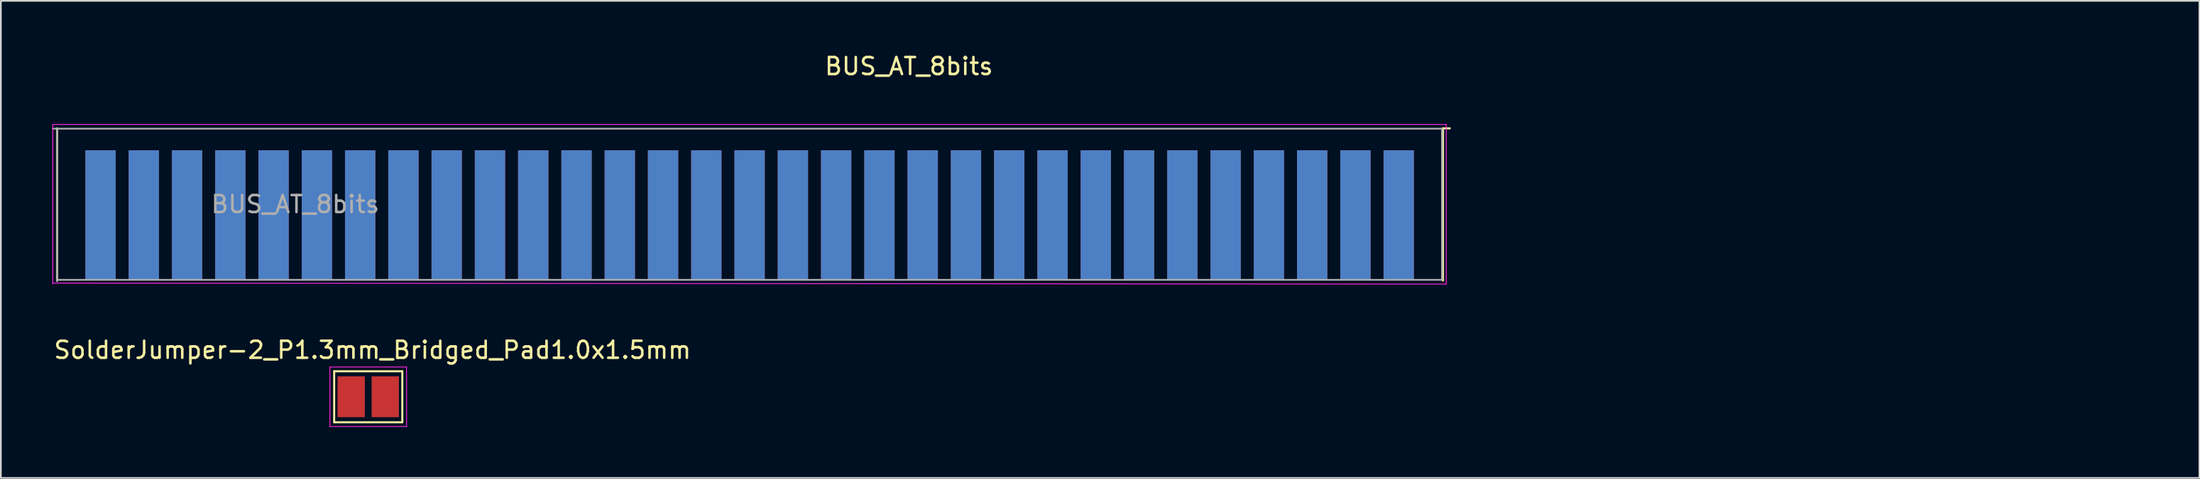
<source format=kicad_pcb>
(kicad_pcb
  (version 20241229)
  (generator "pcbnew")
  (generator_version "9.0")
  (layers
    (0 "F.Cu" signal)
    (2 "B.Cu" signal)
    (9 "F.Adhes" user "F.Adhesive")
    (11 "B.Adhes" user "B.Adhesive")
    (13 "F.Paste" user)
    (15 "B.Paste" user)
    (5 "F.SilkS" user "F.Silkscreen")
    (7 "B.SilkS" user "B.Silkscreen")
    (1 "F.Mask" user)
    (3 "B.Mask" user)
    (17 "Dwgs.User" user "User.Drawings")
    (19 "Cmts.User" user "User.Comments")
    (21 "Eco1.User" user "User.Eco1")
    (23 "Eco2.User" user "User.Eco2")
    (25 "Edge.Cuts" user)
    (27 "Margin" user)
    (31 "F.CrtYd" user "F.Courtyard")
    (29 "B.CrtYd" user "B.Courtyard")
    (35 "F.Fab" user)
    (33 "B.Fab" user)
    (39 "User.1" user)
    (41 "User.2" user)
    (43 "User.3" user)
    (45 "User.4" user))
  (footprint "BUS_AT_8bits"
    (layer "F.Cu")
    (at 122.8 7.598)
    (property "Reference" "BUS_AT_8bits" (at -72.5 -6.75 0) (layer "F.SilkS") (effects (font (size 1 1) (thickness 0.15))))
    (attr exclude_from_pos_files exclude_from_bom)
    (fp_line (start -122.5 5.85) (end -122.5 -3.1) (stroke (width 0.12) (type solid)) (layer "F.SilkS"))
    (fp_line (start -41.15 -3.1) (end -40.75 -3.1) (stroke (width 0.12) (type solid)) (layer "F.SilkS"))
    (fp_line (start -41.15 5.85) (end -41.15 -3.1) (stroke (width 0.12) (type solid)) (layer "F.SilkS"))
    (fp_line (start -122.75 -3.33) (end -122.75 6.06) (stroke (width 0.05) (type solid)) (layer "F.CrtYd"))
    (fp_line (start -122.75 -3.33) (end -40.96 -3.33) (stroke (width 0.05) (type solid)) (layer "F.CrtYd"))
    (fp_line (start -40.96 6.06) (end -122.75 6) (stroke (width 0.05) (type solid)) (layer "F.CrtYd"))
    (fp_line (start -40.96 6.06) (end -40.96 -3.33) (stroke (width 0.05) (type solid)) (layer "F.CrtYd"))
    (fp_line (start -122.75 -3.08) (end -41.21 -3.08) (stroke (width 0.1) (type solid)) (layer "F.Fab"))
    (fp_line (start -122.5 5.89) (end -122.5 -3) (stroke (width 0.1) (type solid)) (layer "F.Fab"))
    (fp_line (start -41.21 -3.08) (end -41.21 5.81) (stroke (width 0.1) (type solid)) (layer "F.Fab"))
    (fp_line (start -41.21 5.81) (end -122.49 5.81) (stroke (width 0.1) (type solid)) (layer "F.Fab"))
    (fp_text user "${REFERENCE}" (at -108.52 1.365 0) (layer "F.Fab") (effects (font (size 1 1) (thickness 0.15))))
    (pad "1" connect rect (at -43.75 2) (size 1.78 7.62) (layers "B.Cu" "B.Mask"))
    (pad "2" connect rect (at -46.29 2) (size 1.78 7.62) (layers "B.Cu" "B.Mask"))
    (pad "3" connect rect (at -48.83 2) (size 1.78 7.62) (layers "B.Cu" "B.Mask"))
    (pad "4" connect rect (at -51.37 2) (size 1.78 7.62) (layers "B.Cu" "B.Mask"))
    (pad "5" connect rect (at -53.91 2) (size 1.78 7.62) (layers "B.Cu" "B.Mask"))
    (pad "6" connect rect (at -56.45 2) (size 1.78 7.62) (layers "B.Cu" "B.Mask"))
    (pad "7" connect rect (at -58.99 2) (size 1.78 7.62) (layers "B.Cu" "B.Mask"))
    (pad "8" connect rect (at -61.53 2) (size 1.78 7.62) (layers "B.Cu" "B.Mask"))
    (pad "9" connect rect (at -64.07 2) (size 1.78 7.62) (layers "B.Cu" "B.Mask"))
    (pad "10" connect rect (at -66.61 2) (size 1.78 7.62) (layers "B.Cu" "B.Mask"))
    (pad "11" connect rect (at -69.15 2) (size 1.78 7.62) (layers "B.Cu" "B.Mask"))
    (pad "12" connect rect (at -71.69 2) (size 1.78 7.62) (layers "B.Cu" "B.Mask"))
    (pad "13" connect rect (at -74.23 2) (size 1.78 7.62) (layers "B.Cu" "B.Mask"))
    (pad "14" connect rect (at -76.77 2) (size 1.78 7.62) (layers "B.Cu" "B.Mask"))
    (pad "15" connect rect (at -79.31 2) (size 1.78 7.62) (layers "B.Cu" "B.Mask"))
    (pad "16" connect rect (at -81.85 2) (size 1.78 7.62) (layers "B.Cu" "B.Mask"))
    (pad "17" connect rect (at -84.39 2) (size 1.78 7.62) (layers "B.Cu" "B.Mask"))
    (pad "18" connect rect (at -86.93 2) (size 1.78 7.62) (layers "B.Cu" "B.Mask"))
    (pad "19" connect rect (at -89.47 2) (size 1.78 7.62) (layers "B.Cu" "B.Mask"))
    (pad "20" connect rect (at -92.01 2) (size 1.78 7.62) (layers "B.Cu" "B.Mask"))
    (pad "21" connect rect (at -94.55 2) (size 1.78 7.62) (layers "B.Cu" "B.Mask"))
    (pad "22" connect rect (at -97.09 2) (size 1.78 7.62) (layers "B.Cu" "B.Mask"))
    (pad "23" connect rect (at -99.63 2) (size 1.78 7.62) (layers "B.Cu" "B.Mask"))
    (pad "24" connect rect (at -102.17 2) (size 1.78 7.62) (layers "B.Cu" "B.Mask"))
    (pad "25" connect rect (at -104.71 2) (size 1.78 7.62) (layers "B.Cu" "B.Mask"))
    (pad "26" connect rect (at -107.25 2) (size 1.78 7.62) (layers "B.Cu" "B.Mask"))
    (pad "27" connect rect (at -109.79 2) (size 1.78 7.62) (layers "B.Cu" "B.Mask"))
    (pad "28" connect rect (at -112.33 2) (size 1.78 7.62) (layers "B.Cu" "B.Mask"))
    (pad "29" connect rect (at -114.87 2) (size 1.78 7.62) (layers "B.Cu" "B.Mask"))
    (pad "30" connect rect (at -117.41 2) (size 1.78 7.62) (layers "B.Cu" "B.Mask"))
    (pad "31" connect rect (at -119.95 2) (size 1.78 7.62) (layers "B.Cu" "B.Mask"))
    (pad "32" connect rect (at -43.75 2) (size 1.78 7.62) (layers "F.Cu" "F.Mask"))
    (pad "33" connect rect (at -46.29 2) (size 1.78 7.62) (layers "F.Cu" "F.Mask"))
    (pad "34" connect rect (at -48.83 2) (size 1.78 7.62) (layers "F.Cu" "F.Mask"))
    (pad "35" connect rect (at -51.37 2) (size 1.78 7.62) (layers "F.Cu" "F.Mask"))
    (pad "36" connect rect (at -53.91 2) (size 1.78 7.62) (layers "F.Cu" "F.Mask"))
    (pad "37" connect rect (at -56.45 2) (size 1.78 7.62) (layers "F.Cu" "F.Mask"))
    (pad "38" connect rect (at -58.99 2) (size 1.78 7.62) (layers "F.Cu" "F.Mask"))
    (pad "39" connect rect (at -61.53 2) (size 1.78 7.62) (layers "F.Cu" "F.Mask"))
    (pad "40" connect rect (at -64.07 2) (size 1.78 7.62) (layers "F.Cu" "F.Mask"))
    (pad "41" connect rect (at -66.61 2) (size 1.78 7.62) (layers "F.Cu" "F.Mask"))
    (pad "42" connect rect (at -69.15 2) (size 1.78 7.62) (layers "F.Cu" "F.Mask"))
    (pad "43" connect rect (at -71.69 2) (size 1.78 7.62) (layers "F.Cu" "F.Mask"))
    (pad "44" connect rect (at -74.23 2) (size 1.78 7.62) (layers "F.Cu" "F.Mask"))
    (pad "45" connect rect (at -76.77 2) (size 1.78 7.62) (layers "F.Cu" "F.Mask"))
    (pad "46" connect rect (at -79.31 2) (size 1.78 7.62) (layers "F.Cu" "F.Mask"))
    (pad "47" connect rect (at -81.85 2) (size 1.78 7.62) (layers "F.Cu" "F.Mask"))
    (pad "48" connect rect (at -84.39 2) (size 1.78 7.62) (layers "F.Cu" "F.Mask"))
    (pad "49" connect rect (at -86.93 2) (size 1.78 7.62) (layers "F.Cu" "F.Mask"))
    (pad "50" connect rect (at -89.47 2) (size 1.78 7.62) (layers "F.Cu" "F.Mask"))
    (pad "51" connect rect (at -92.01 2) (size 1.78 7.62) (layers "F.Cu" "F.Mask"))
    (pad "52" connect rect (at -94.55 2) (size 1.78 7.62) (layers "F.Cu" "F.Mask"))
    (pad "53" connect rect (at -97.09 2) (size 1.78 7.62) (layers "F.Cu" "F.Mask"))
    (pad "54" connect rect (at -99.63 2) (size 1.78 7.62) (layers "F.Cu" "F.Mask"))
    (pad "55" connect rect (at -102.17 2) (size 1.78 7.62) (layers "F.Cu" "F.Mask"))
    (pad "56" connect rect (at -104.71 2) (size 1.78 7.62) (layers "F.Cu" "F.Mask"))
    (pad "57" connect rect (at -107.25 2) (size 1.78 7.62) (layers "F.Cu" "F.Mask"))
    (pad "58" connect rect (at -109.79 2) (size 1.78 7.62) (layers "F.Cu" "F.Mask"))
    (pad "59" connect rect (at -112.33 2) (size 1.78 7.62) (layers "F.Cu" "F.Mask"))
    (pad "60" connect rect (at -114.87 2) (size 1.78 7.62) (layers "F.Cu" "F.Mask"))
    (pad "61" connect rect (at -117.41 2) (size 1.78 7.62) (layers "F.Cu" "F.Mask"))
    (pad "62" connect rect (at -119.95 2) (size 1.78 7.62) (layers "F.Cu" "F.Mask")))
  (footprint "SolderJumper-2_P1.3mm_Bridged_Pad1.0x1.5mm"
    (layer "F.Cu")
    (at 19.065 20.282)
    (property "Reference" "SolderJumper-2_P1.3mm_Bridged_Pad1.0x1.5mm" (at -0.25 -2.75 0) (layer "F.SilkS") (effects (font (size 1 1) (thickness 0.15))))
    (attr exclude_from_pos_files exclude_from_bom)
    (fp_line (start -2.5 -1.5) (end 1.5 -1.5) (stroke (width 0.12) (type solid)) (layer "F.SilkS"))
    (fp_line (start -2.5 1.5) (end -2.5 -1.5) (stroke (width 0.12) (type solid)) (layer "F.SilkS"))
    (fp_line (start 1.5 -1.5) (end 1.5 1.5) (stroke (width 0.12) (type solid)) (layer "F.SilkS"))
    (fp_line (start 1.5 1.5) (end -2.5 1.5) (stroke (width 0.12) (type solid)) (layer "F.SilkS"))
    (fp_line (start -2.75 -1.75) (end -2.75 1.75) (stroke (width 0.05) (type solid)) (layer "F.CrtYd"))
    (fp_line (start -2.75 -1.75) (end 1.75 -1.75) (stroke (width 0.05) (type solid)) (layer "F.CrtYd"))
    (fp_line (start 1.75 1.75) (end -2.75 1.75) (stroke (width 0.05) (type solid)) (layer "F.CrtYd"))
    (fp_line (start 1.75 1.75) (end 1.75 -1.75) (stroke (width 0.05) (type solid)) (layer "F.CrtYd"))
    (pad "1" smd rect (at -1.5 0) (size 1.6 2.4) (layers "F.Cu" "F.Mask"))
    (pad "2" smd rect (at 0.5 0) (size 1.6 2.4) (layers "F.Cu" "F.Mask")))
  (gr_rect
    (start -3 -3)
    (end 126.05 25.056)
    (stroke (width 0.1) (type default))
    (fill no)
    (layer "Edge.Cuts")))
</source>
